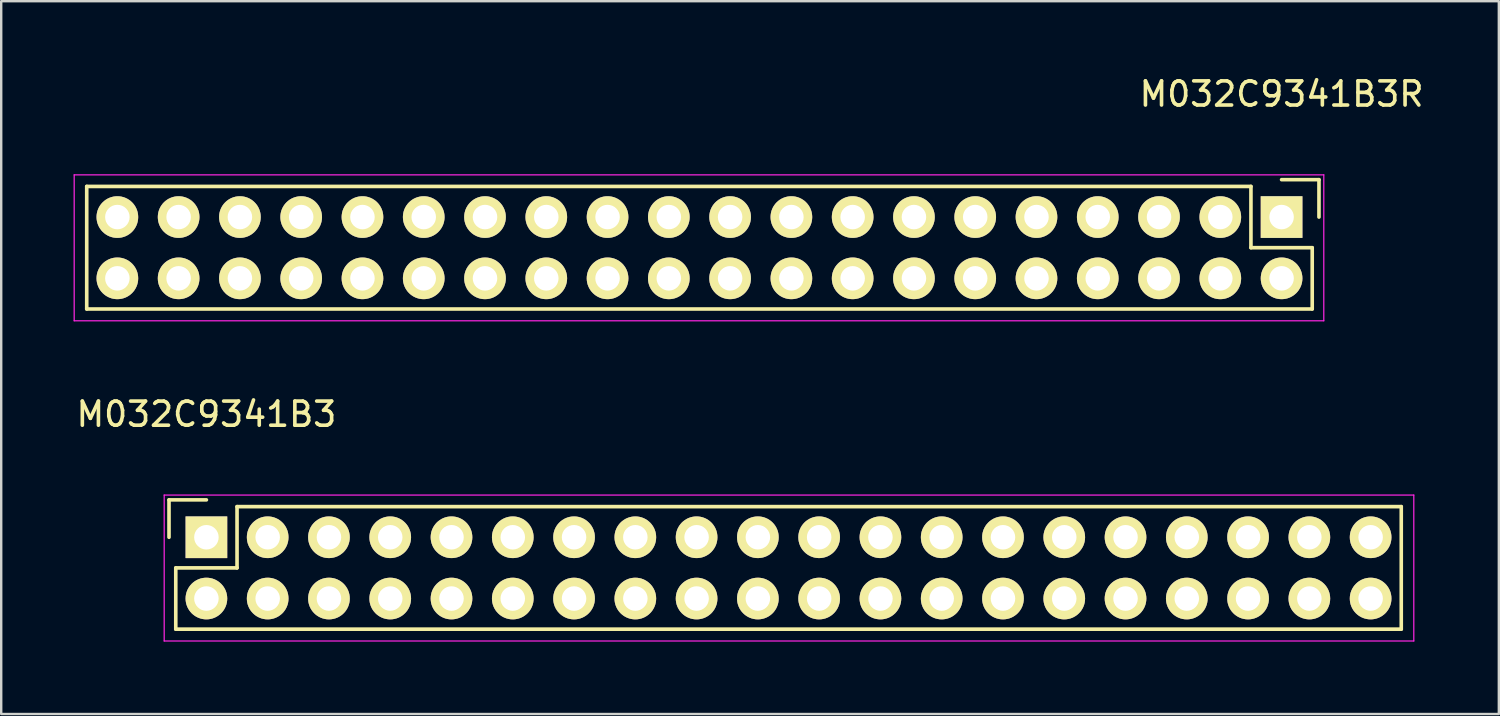
<source format=kicad_pcb>
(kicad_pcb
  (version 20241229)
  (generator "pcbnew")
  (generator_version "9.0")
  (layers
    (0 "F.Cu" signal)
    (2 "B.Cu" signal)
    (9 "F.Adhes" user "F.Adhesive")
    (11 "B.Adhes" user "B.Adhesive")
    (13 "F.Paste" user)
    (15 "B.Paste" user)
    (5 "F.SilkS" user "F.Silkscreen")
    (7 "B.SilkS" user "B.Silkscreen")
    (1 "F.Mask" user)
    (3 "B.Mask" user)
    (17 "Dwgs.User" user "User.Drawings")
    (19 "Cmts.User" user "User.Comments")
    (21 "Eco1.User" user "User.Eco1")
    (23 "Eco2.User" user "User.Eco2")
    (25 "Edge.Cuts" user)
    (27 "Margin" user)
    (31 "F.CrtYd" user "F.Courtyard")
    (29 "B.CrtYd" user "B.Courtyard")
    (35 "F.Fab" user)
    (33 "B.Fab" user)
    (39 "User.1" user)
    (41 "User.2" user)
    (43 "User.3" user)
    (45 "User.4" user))
  (footprint "M032C9341B3R"
    (layer "F.Cu")
    (at 50.075 5.948)
    (property "Reference" "M032C9341B3R" (at 0 -5.1 0) (layer "F.SilkS") (effects (font (size 1 1) (thickness 0.15))))
    (attr through_hole)
    (fp_line (start -49.53 3.81) (end -49.53 -1.27) (stroke (width 0.15) (type solid)) (layer "F.SilkS"))
    (fp_line (start -49.53 3.81) (end 1.27 3.81) (stroke (width 0.15) (type solid)) (layer "F.SilkS"))
    (fp_line (start -1.27 -1.27) (end -49.53 -1.27) (stroke (width 0.15) (type solid)) (layer "F.SilkS"))
    (fp_line (start -1.27 1.27) (end -1.27 -1.27) (stroke (width 0.15) (type solid)) (layer "F.SilkS"))
    (fp_line (start 0 -1.55) (end 1.55 -1.55) (stroke (width 0.15) (type solid)) (layer "F.SilkS"))
    (fp_line (start 1.27 1.27) (end -1.27 1.27) (stroke (width 0.15) (type solid)) (layer "F.SilkS"))
    (fp_line (start 1.27 3.81) (end 1.27 1.27) (stroke (width 0.15) (type solid)) (layer "F.SilkS"))
    (fp_line (start 1.55 -1.55) (end 1.55 0) (stroke (width 0.15) (type solid)) (layer "F.SilkS"))
    (fp_line (start -50.05 -1.75) (end -50.05 4.3) (stroke (width 0.05) (type solid)) (layer "F.CrtYd"))
    (fp_line (start 1.75 -1.75) (end -50.05 -1.75) (stroke (width 0.05) (type solid)) (layer "F.CrtYd"))
    (fp_line (start 1.75 -1.75) (end 1.75 4.3) (stroke (width 0.05) (type solid)) (layer "F.CrtYd"))
    (fp_line (start 1.75 4.3) (end -50.05 4.3) (stroke (width 0.05) (type solid)) (layer "F.CrtYd"))
    (pad "1" thru_hole rect (at 0 0 180) (size 1.727 1.727) (drill 1.016) (layers "*.Cu" "*.Mask" "F.SilkS"))
    (pad "2" thru_hole oval (at -2.54 0 180) (size 1.727 1.727) (drill 1.016) (layers "*.Cu" "*.Mask" "F.SilkS"))
    (pad "3" thru_hole oval (at -5.08 0 180) (size 1.727 1.727) (drill 1.016) (layers "*.Cu" "*.Mask" "F.SilkS"))
    (pad "4" thru_hole oval (at -7.62 0 180) (size 1.727 1.727) (drill 1.016) (layers "*.Cu" "*.Mask" "F.SilkS"))
    (pad "5" thru_hole oval (at -10.16 0 180) (size 1.727 1.727) (drill 1.016) (layers "*.Cu" "*.Mask" "F.SilkS"))
    (pad "6" thru_hole oval (at -12.7 0 180) (size 1.727 1.727) (drill 1.016) (layers "*.Cu" "*.Mask" "F.SilkS"))
    (pad "7" thru_hole oval (at -15.24 0 180) (size 1.727 1.727) (drill 1.016) (layers "*.Cu" "*.Mask" "F.SilkS"))
    (pad "8" thru_hole oval (at -17.78 0 180) (size 1.727 1.727) (drill 1.016) (layers "*.Cu" "*.Mask" "F.SilkS"))
    (pad "9" thru_hole oval (at -20.32 0 180) (size 1.727 1.727) (drill 1.016) (layers "*.Cu" "*.Mask" "F.SilkS"))
    (pad "10" thru_hole oval (at -22.86 0 180) (size 1.727 1.727) (drill 1.016) (layers "*.Cu" "*.Mask" "F.SilkS"))
    (pad "11" thru_hole oval (at -25.4 0 180) (size 1.727 1.727) (drill 1.016) (layers "*.Cu" "*.Mask" "F.SilkS"))
    (pad "12" thru_hole oval (at -27.94 0 180) (size 1.727 1.727) (drill 1.016) (layers "*.Cu" "*.Mask" "F.SilkS"))
    (pad "13" thru_hole oval (at -30.48 0 180) (size 1.727 1.727) (drill 1.016) (layers "*.Cu" "*.Mask" "F.SilkS"))
    (pad "14" thru_hole oval (at -33.02 0 180) (size 1.727 1.727) (drill 1.016) (layers "*.Cu" "*.Mask" "F.SilkS"))
    (pad "15" thru_hole oval (at -35.56 0 180) (size 1.727 1.727) (drill 1.016) (layers "*.Cu" "*.Mask" "F.SilkS"))
    (pad "16" thru_hole oval (at -38.1 0 180) (size 1.727 1.727) (drill 1.016) (layers "*.Cu" "*.Mask" "F.SilkS"))
    (pad "17" thru_hole oval (at -40.64 0 180) (size 1.727 1.727) (drill 1.016) (layers "*.Cu" "*.Mask" "F.SilkS"))
    (pad "18" thru_hole oval (at -43.18 0 180) (size 1.727 1.727) (drill 1.016) (layers "*.Cu" "*.Mask" "F.SilkS"))
    (pad "19" thru_hole oval (at -45.72 0 180) (size 1.727 1.727) (drill 1.016) (layers "*.Cu" "*.Mask" "F.SilkS"))
    (pad "20" thru_hole oval (at -48.26 0 180) (size 1.727 1.727) (drill 1.016) (layers "*.Cu" "*.Mask" "F.SilkS"))
    (pad "21" thru_hole oval (at 0 2.54 180) (size 1.727 1.727) (drill 1.016) (layers "*.Cu" "*.Mask" "F.SilkS"))
    (pad "22" thru_hole oval (at -2.54 2.54 180) (size 1.727 1.727) (drill 1.016) (layers "*.Cu" "*.Mask" "F.SilkS"))
    (pad "23" thru_hole oval (at -5.08 2.54 180) (size 1.727 1.727) (drill 1.016) (layers "*.Cu" "*.Mask" "F.SilkS"))
    (pad "24" thru_hole oval (at -7.62 2.54 180) (size 1.727 1.727) (drill 1.016) (layers "*.Cu" "*.Mask" "F.SilkS"))
    (pad "25" thru_hole oval (at -10.16 2.54 180) (size 1.727 1.727) (drill 1.016) (layers "*.Cu" "*.Mask" "F.SilkS"))
    (pad "26" thru_hole oval (at -12.7 2.54 180) (size 1.727 1.727) (drill 1.016) (layers "*.Cu" "*.Mask" "F.SilkS"))
    (pad "27" thru_hole oval (at -15.24 2.54 180) (size 1.727 1.727) (drill 1.016) (layers "*.Cu" "*.Mask" "F.SilkS"))
    (pad "28" thru_hole oval (at -17.78 2.54 180) (size 1.727 1.727) (drill 1.016) (layers "*.Cu" "*.Mask" "F.SilkS"))
    (pad "29" thru_hole oval (at -20.32 2.54 180) (size 1.727 1.727) (drill 1.016) (layers "*.Cu" "*.Mask" "F.SilkS"))
    (pad "30" thru_hole oval (at -22.86 2.54 180) (size 1.727 1.727) (drill 1.016) (layers "*.Cu" "*.Mask" "F.SilkS"))
    (pad "31" thru_hole oval (at -25.4 2.54 180) (size 1.727 1.727) (drill 1.016) (layers "*.Cu" "*.Mask" "F.SilkS"))
    (pad "32" thru_hole oval (at -27.94 2.54 180) (size 1.727 1.727) (drill 1.016) (layers "*.Cu" "*.Mask" "F.SilkS"))
    (pad "33" thru_hole oval (at -30.48 2.54 180) (size 1.727 1.727) (drill 1.016) (layers "*.Cu" "*.Mask" "F.SilkS"))
    (pad "34" thru_hole oval (at -33.02 2.54 180) (size 1.727 1.727) (drill 1.016) (layers "*.Cu" "*.Mask" "F.SilkS"))
    (pad "35" thru_hole oval (at -35.56 2.54 180) (size 1.727 1.727) (drill 1.016) (layers "*.Cu" "*.Mask" "F.SilkS"))
    (pad "36" thru_hole oval (at -38.1 2.54 180) (size 1.727 1.727) (drill 1.016) (layers "*.Cu" "*.Mask" "F.SilkS"))
    (pad "37" thru_hole oval (at -40.64 2.54 180) (size 1.727 1.727) (drill 1.016) (layers "*.Cu" "*.Mask" "F.SilkS"))
    (pad "38" thru_hole oval (at -43.18 2.54 180) (size 1.727 1.727) (drill 1.016) (layers "*.Cu" "*.Mask" "F.SilkS"))
    (pad "39" thru_hole oval (at -45.72 2.54 180) (size 1.727 1.727) (drill 1.016) (layers "*.Cu" "*.Mask" "F.SilkS"))
    (pad "40" thru_hole oval (at -48.26 2.54 180) (size 1.727 1.727) (drill 1.016) (layers "*.Cu" "*.Mask" "F.SilkS")))
  (footprint "M032C9341B3"
    (layer "F.Cu")
    (at 5.506 19.221)
    (property "Reference" "M032C9341B3" (at 0 -5.1 0) (layer "F.SilkS") (effects (font (size 1 1) (thickness 0.15))))
    (attr through_hole)
    (fp_line (start -1.55 -1.55) (end -1.55 0) (stroke (width 0.15) (type solid)) (layer "F.SilkS"))
    (fp_line (start -1.27 1.27) (end 1.27 1.27) (stroke (width 0.15) (type solid)) (layer "F.SilkS"))
    (fp_line (start -1.27 3.81) (end -1.27 1.27) (stroke (width 0.15) (type solid)) (layer "F.SilkS"))
    (fp_line (start 0 -1.55) (end -1.55 -1.55) (stroke (width 0.15) (type solid)) (layer "F.SilkS"))
    (fp_line (start 1.27 -1.27) (end 49.53 -1.27) (stroke (width 0.15) (type solid)) (layer "F.SilkS"))
    (fp_line (start 1.27 1.27) (end 1.27 -1.27) (stroke (width 0.15) (type solid)) (layer "F.SilkS"))
    (fp_line (start 49.53 3.81) (end -1.27 3.81) (stroke (width 0.15) (type solid)) (layer "F.SilkS"))
    (fp_line (start 49.53 3.81) (end 49.53 -1.27) (stroke (width 0.15) (type solid)) (layer "F.SilkS"))
    (fp_line (start -1.75 -1.75) (end -1.75 4.3) (stroke (width 0.05) (type solid)) (layer "F.CrtYd"))
    (fp_line (start -1.75 -1.75) (end 50.05 -1.75) (stroke (width 0.05) (type solid)) (layer "F.CrtYd"))
    (fp_line (start -1.75 4.3) (end 50.05 4.3) (stroke (width 0.05) (type solid)) (layer "F.CrtYd"))
    (fp_line (start 50.05 -1.75) (end 50.05 4.3) (stroke (width 0.05) (type solid)) (layer "F.CrtYd"))
    (pad "1" thru_hole rect (at 0 0) (size 1.727 1.727) (drill 1.016) (layers "*.Cu" "*.Mask" "F.SilkS"))
    (pad "2" thru_hole oval (at 2.54 0) (size 1.727 1.727) (drill 1.016) (layers "*.Cu" "*.Mask" "F.SilkS"))
    (pad "3" thru_hole oval (at 5.08 0) (size 1.727 1.727) (drill 1.016) (layers "*.Cu" "*.Mask" "F.SilkS"))
    (pad "4" thru_hole oval (at 7.62 0) (size 1.727 1.727) (drill 1.016) (layers "*.Cu" "*.Mask" "F.SilkS"))
    (pad "5" thru_hole oval (at 10.16 0) (size 1.727 1.727) (drill 1.016) (layers "*.Cu" "*.Mask" "F.SilkS"))
    (pad "6" thru_hole oval (at 12.7 0) (size 1.727 1.727) (drill 1.016) (layers "*.Cu" "*.Mask" "F.SilkS"))
    (pad "7" thru_hole oval (at 15.24 0) (size 1.727 1.727) (drill 1.016) (layers "*.Cu" "*.Mask" "F.SilkS"))
    (pad "8" thru_hole oval (at 17.78 0) (size 1.727 1.727) (drill 1.016) (layers "*.Cu" "*.Mask" "F.SilkS"))
    (pad "9" thru_hole oval (at 20.32 0) (size 1.727 1.727) (drill 1.016) (layers "*.Cu" "*.Mask" "F.SilkS"))
    (pad "10" thru_hole oval (at 22.86 0) (size 1.727 1.727) (drill 1.016) (layers "*.Cu" "*.Mask" "F.SilkS"))
    (pad "11" thru_hole oval (at 25.4 0) (size 1.727 1.727) (drill 1.016) (layers "*.Cu" "*.Mask" "F.SilkS"))
    (pad "12" thru_hole oval (at 27.94 0) (size 1.727 1.727) (drill 1.016) (layers "*.Cu" "*.Mask" "F.SilkS"))
    (pad "13" thru_hole oval (at 30.48 0) (size 1.727 1.727) (drill 1.016) (layers "*.Cu" "*.Mask" "F.SilkS"))
    (pad "14" thru_hole oval (at 33.02 0) (size 1.727 1.727) (drill 1.016) (layers "*.Cu" "*.Mask" "F.SilkS"))
    (pad "15" thru_hole oval (at 35.56 0) (size 1.727 1.727) (drill 1.016) (layers "*.Cu" "*.Mask" "F.SilkS"))
    (pad "16" thru_hole oval (at 38.1 0) (size 1.727 1.727) (drill 1.016) (layers "*.Cu" "*.Mask" "F.SilkS"))
    (pad "17" thru_hole oval (at 40.64 0) (size 1.727 1.727) (drill 1.016) (layers "*.Cu" "*.Mask" "F.SilkS"))
    (pad "18" thru_hole oval (at 43.18 0) (size 1.727 1.727) (drill 1.016) (layers "*.Cu" "*.Mask" "F.SilkS"))
    (pad "19" thru_hole oval (at 45.72 0) (size 1.727 1.727) (drill 1.016) (layers "*.Cu" "*.Mask" "F.SilkS"))
    (pad "20" thru_hole oval (at 48.26 0) (size 1.727 1.727) (drill 1.016) (layers "*.Cu" "*.Mask" "F.SilkS"))
    (pad "21" thru_hole oval (at 0 2.54) (size 1.727 1.727) (drill 1.016) (layers "*.Cu" "*.Mask" "F.SilkS"))
    (pad "22" thru_hole oval (at 2.54 2.54) (size 1.727 1.727) (drill 1.016) (layers "*.Cu" "*.Mask" "F.SilkS"))
    (pad "23" thru_hole oval (at 5.08 2.54) (size 1.727 1.727) (drill 1.016) (layers "*.Cu" "*.Mask" "F.SilkS"))
    (pad "24" thru_hole oval (at 7.62 2.54) (size 1.727 1.727) (drill 1.016) (layers "*.Cu" "*.Mask" "F.SilkS"))
    (pad "25" thru_hole oval (at 10.16 2.54) (size 1.727 1.727) (drill 1.016) (layers "*.Cu" "*.Mask" "F.SilkS"))
    (pad "26" thru_hole oval (at 12.7 2.54) (size 1.727 1.727) (drill 1.016) (layers "*.Cu" "*.Mask" "F.SilkS"))
    (pad "27" thru_hole oval (at 15.24 2.54) (size 1.727 1.727) (drill 1.016) (layers "*.Cu" "*.Mask" "F.SilkS"))
    (pad "28" thru_hole oval (at 17.78 2.54) (size 1.727 1.727) (drill 1.016) (layers "*.Cu" "*.Mask" "F.SilkS"))
    (pad "29" thru_hole oval (at 20.32 2.54) (size 1.727 1.727) (drill 1.016) (layers "*.Cu" "*.Mask" "F.SilkS"))
    (pad "30" thru_hole oval (at 22.86 2.54) (size 1.727 1.727) (drill 1.016) (layers "*.Cu" "*.Mask" "F.SilkS"))
    (pad "31" thru_hole oval (at 25.4 2.54) (size 1.727 1.727) (drill 1.016) (layers "*.Cu" "*.Mask" "F.SilkS"))
    (pad "32" thru_hole oval (at 27.94 2.54) (size 1.727 1.727) (drill 1.016) (layers "*.Cu" "*.Mask" "F.SilkS"))
    (pad "33" thru_hole oval (at 30.48 2.54) (size 1.727 1.727) (drill 1.016) (layers "*.Cu" "*.Mask" "F.SilkS"))
    (pad "34" thru_hole oval (at 33.02 2.54) (size 1.727 1.727) (drill 1.016) (layers "*.Cu" "*.Mask" "F.SilkS"))
    (pad "35" thru_hole oval (at 35.56 2.54) (size 1.727 1.727) (drill 1.016) (layers "*.Cu" "*.Mask" "F.SilkS"))
    (pad "36" thru_hole oval (at 38.1 2.54) (size 1.727 1.727) (drill 1.016) (layers "*.Cu" "*.Mask" "F.SilkS"))
    (pad "37" thru_hole oval (at 40.64 2.54) (size 1.727 1.727) (drill 1.016) (layers "*.Cu" "*.Mask" "F.SilkS"))
    (pad "38" thru_hole oval (at 43.18 2.54) (size 1.727 1.727) (drill 1.016) (layers "*.Cu" "*.Mask" "F.SilkS"))
    (pad "39" thru_hole oval (at 45.72 2.54) (size 1.727 1.727) (drill 1.016) (layers "*.Cu" "*.Mask" "F.SilkS"))
    (pad "40" thru_hole oval (at 48.26 2.54) (size 1.727 1.727) (drill 1.016) (layers "*.Cu" "*.Mask" "F.SilkS")))
  (gr_rect
    (start -3 -3)
    (end 59.081 26.547)
    (stroke (width 0.1) (type default))
    (fill no)
    (layer "Edge.Cuts")))
</source>
